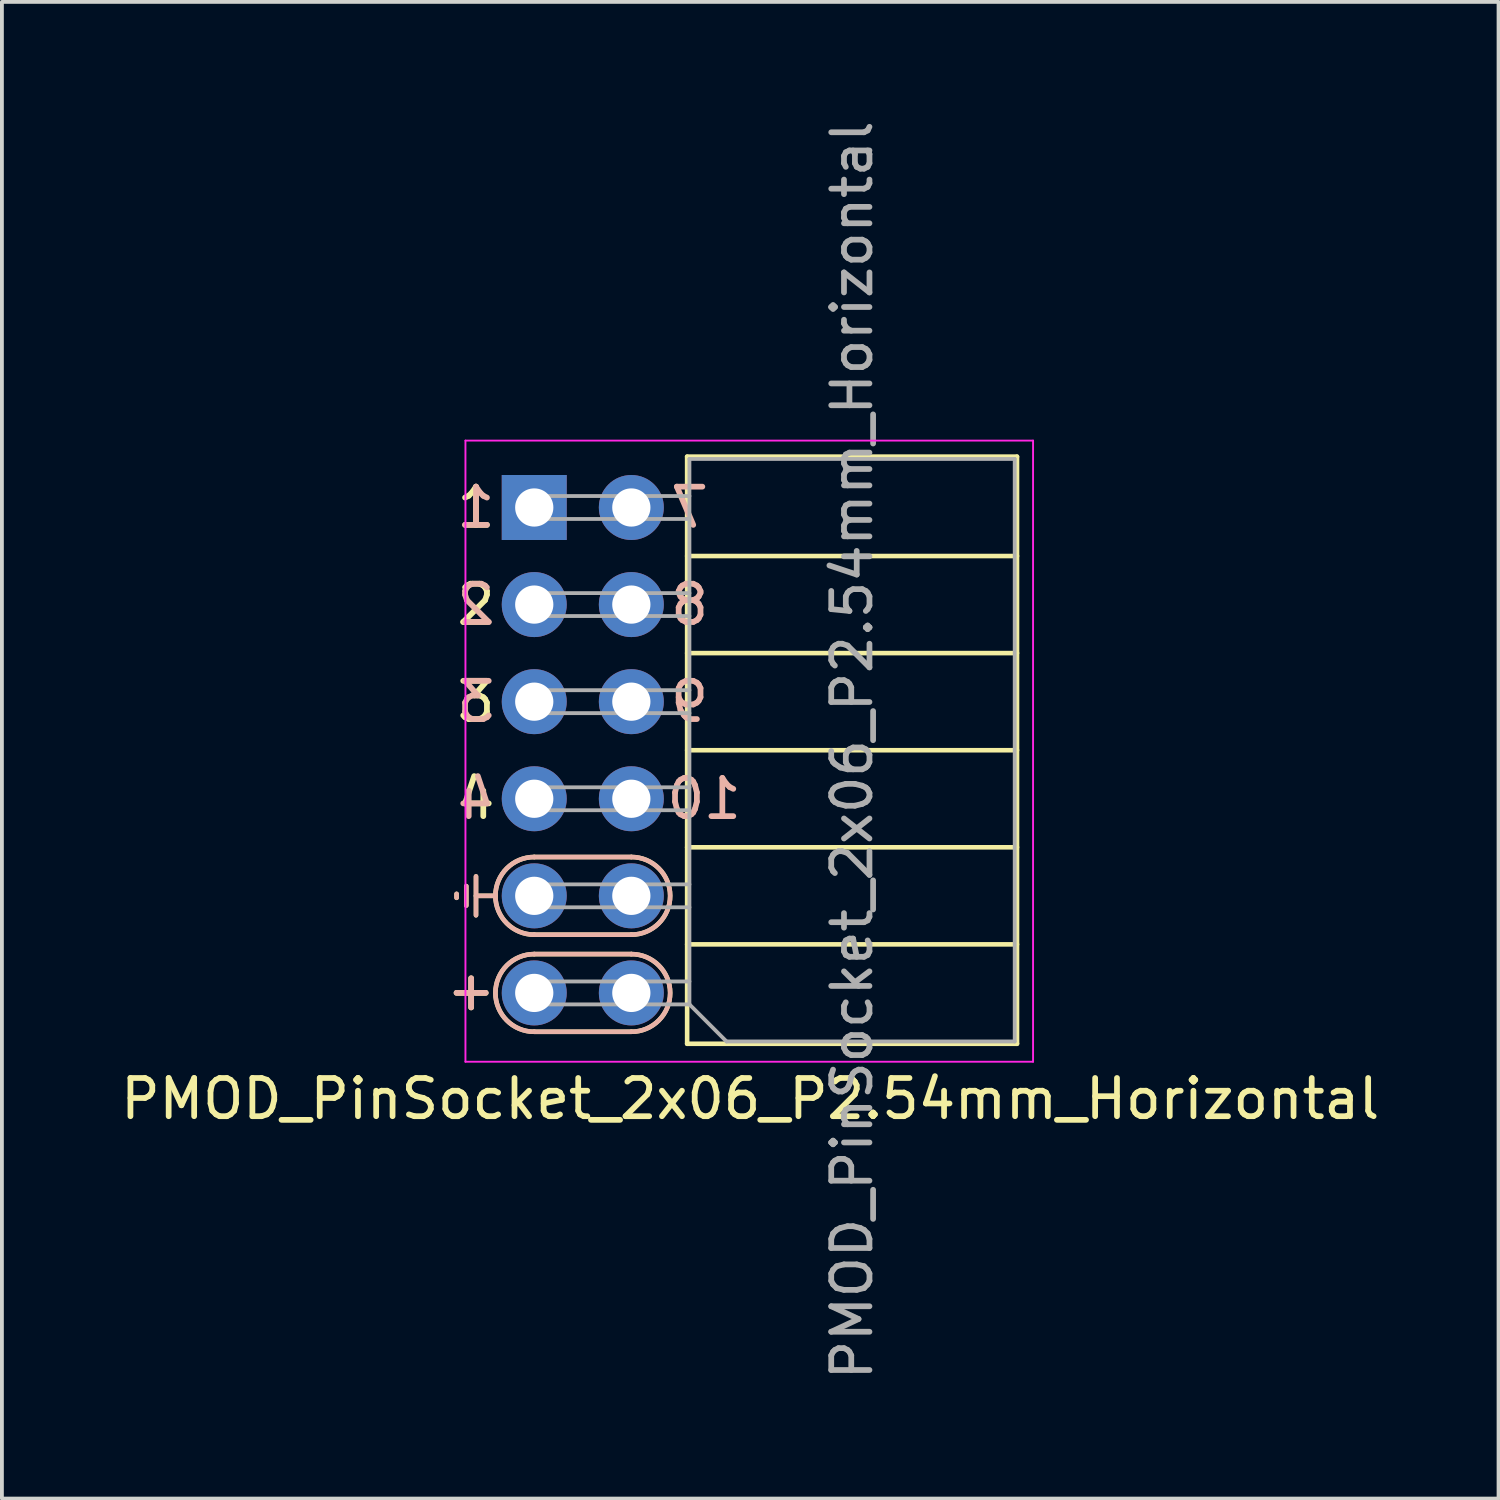
<source format=kicad_pcb>
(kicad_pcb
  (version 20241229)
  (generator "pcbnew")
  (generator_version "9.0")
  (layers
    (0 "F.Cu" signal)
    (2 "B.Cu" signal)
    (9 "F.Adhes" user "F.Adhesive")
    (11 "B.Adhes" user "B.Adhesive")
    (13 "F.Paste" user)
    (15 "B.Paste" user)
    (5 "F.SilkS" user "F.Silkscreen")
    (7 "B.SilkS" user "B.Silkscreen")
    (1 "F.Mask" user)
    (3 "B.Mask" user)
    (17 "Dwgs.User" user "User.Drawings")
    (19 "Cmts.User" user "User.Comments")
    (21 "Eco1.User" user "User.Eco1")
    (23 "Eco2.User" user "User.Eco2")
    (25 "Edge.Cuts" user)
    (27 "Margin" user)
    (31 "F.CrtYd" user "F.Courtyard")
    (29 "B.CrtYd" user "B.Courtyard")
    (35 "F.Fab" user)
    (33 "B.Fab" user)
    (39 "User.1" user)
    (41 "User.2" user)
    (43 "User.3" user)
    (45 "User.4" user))
  (footprint "PMOD_PinSocket_2x06_P2.54mm_Horizontal"
    (layer "F.Cu")
    (at 10.927 10.227)
    (property "Reference" "PMOD_PinSocket_2x06_P2.54mm_Horizontal" (at 5.65 15.47 180) (layer "F.SilkS") (effects (font (size 1 1) (thickness 0.15))))
    (attr through_hole)
    (fp_line (start -2.032 10.211) (end -2.032 10.109) (stroke (width 0.12) (type solid)) (layer "F.SilkS"))
    (fp_line (start -1.778 10.414) (end -1.778 9.906) (stroke (width 0.12) (type solid)) (layer "F.SilkS"))
    (fp_line (start -1.524 10.668) (end -1.524 9.652) (stroke (width 0.12) (type solid)) (layer "F.SilkS"))
    (fp_line (start -1.016 10.16) (end -1.524 10.16) (stroke (width 0.12) (type solid)) (layer "F.SilkS"))
    (fp_line (start 0 9.144) (end 2.54 9.144) (stroke (width 0.12) (type solid)) (layer "F.SilkS"))
    (fp_line (start 0 11.684) (end 2.54 11.684) (stroke (width 0.12) (type solid)) (layer "F.SilkS"))
    (fp_line (start 2.54 11.176) (end 0 11.176) (stroke (width 0.12) (type solid)) (layer "F.SilkS"))
    (fp_line (start 2.54 13.716) (end 0 13.716) (stroke (width 0.12) (type solid)) (layer "F.SilkS"))
    (fp_line (start 4 14.03) (end 4 -1.33) (stroke (width 0.12) (type solid)) (layer "F.SilkS"))
    (fp_line (start 12.63 -1.33) (end 4 -1.33) (stroke (width 0.12) (type solid)) (layer "F.SilkS"))
    (fp_line (start 12.63 1.27) (end 4 1.27) (stroke (width 0.12) (type solid)) (layer "F.SilkS"))
    (fp_line (start 12.63 3.81) (end 4 3.81) (stroke (width 0.12) (type solid)) (layer "F.SilkS"))
    (fp_line (start 12.63 6.35) (end 4 6.35) (stroke (width 0.12) (type solid)) (layer "F.SilkS"))
    (fp_line (start 12.63 8.89) (end 4 8.89) (stroke (width 0.12) (type solid)) (layer "F.SilkS"))
    (fp_line (start 12.63 11.43) (end 4 11.43) (stroke (width 0.12) (type solid)) (layer "F.SilkS"))
    (fp_line (start 12.63 14.03) (end 4 14.03) (stroke (width 0.12) (type solid)) (layer "F.SilkS"))
    (fp_line (start 12.63 14.03) (end 12.63 -1.33) (stroke (width 0.12) (type solid)) (layer "F.SilkS"))
    (fp_arc (start 0 11.176) (mid -1.016 10.16) (end 0 9.144) (stroke (width 0.12) (type solid)) (layer "F.SilkS"))
    (fp_arc (start 0 13.716) (mid -1.016 12.7) (end 0 11.684) (stroke (width 0.12) (type solid)) (layer "F.SilkS"))
    (fp_arc (start 2.54 9.144) (mid 3.556 10.16) (end 2.54 11.176) (stroke (width 0.12) (type solid)) (layer "F.SilkS"))
    (fp_arc (start 2.54 11.684) (mid 3.556 12.7) (end 2.54 13.716) (stroke (width 0.12) (type solid)) (layer "F.SilkS"))
    (fp_line (start -2.032 10.109) (end -2.032 10.211) (stroke (width 0.12) (type solid)) (layer "B.SilkS"))
    (fp_line (start -1.778 9.906) (end -1.778 10.414) (stroke (width 0.12) (type solid)) (layer "B.SilkS"))
    (fp_line (start -1.524 9.652) (end -1.524 10.668) (stroke (width 0.12) (type solid)) (layer "B.SilkS"))
    (fp_line (start -1.016 10.16) (end -1.524 10.16) (stroke (width 0.12) (type solid)) (layer "B.SilkS"))
    (fp_line (start 0 11.176) (end 2.54 11.176) (stroke (width 0.12) (type solid)) (layer "B.SilkS"))
    (fp_line (start 0 13.716) (end 2.54 13.716) (stroke (width 0.12) (type solid)) (layer "B.SilkS"))
    (fp_line (start 2.54 9.144) (end 0 9.144) (stroke (width 0.12) (type solid)) (layer "B.SilkS"))
    (fp_line (start 2.54 11.684) (end 0 11.684) (stroke (width 0.12) (type solid)) (layer "B.SilkS"))
    (fp_arc (start 0 11.176) (mid -1.016 10.16) (end 0 9.144) (stroke (width 0.12) (type solid)) (layer "B.SilkS"))
    (fp_arc (start 0 13.716) (mid -1.016 12.7) (end 0 11.684) (stroke (width 0.12) (type solid)) (layer "B.SilkS"))
    (fp_arc (start 2.54 9.144) (mid 3.556 10.16) (end 2.54 11.176) (stroke (width 0.12) (type solid)) (layer "B.SilkS"))
    (fp_arc (start 2.54 11.684) (mid 3.556 12.7) (end 2.54 13.716) (stroke (width 0.12) (type solid)) (layer "B.SilkS"))
    (fp_line (start -1.8 -1.75) (end -1.8 14.5) (stroke (width 0.05) (type solid)) (layer "F.CrtYd"))
    (fp_line (start -1.8 14.5) (end 13.05 14.5) (stroke (width 0.05) (type solid)) (layer "F.CrtYd"))
    (fp_line (start 13.05 -1.75) (end -1.8 -1.75) (stroke (width 0.05) (type solid)) (layer "F.CrtYd"))
    (fp_line (start 13.05 14.5) (end 13.05 -1.75) (stroke (width 0.05) (type solid)) (layer "F.CrtYd"))
    (fp_line (start 0 -0.3) (end 0 0.3) (stroke (width 0.1) (type solid)) (layer "F.Fab"))
    (fp_line (start 0 0.3) (end 4.06 0.3) (stroke (width 0.1) (type solid)) (layer "F.Fab"))
    (fp_line (start 0 2.24) (end 0 2.84) (stroke (width 0.1) (type solid)) (layer "F.Fab"))
    (fp_line (start 0 2.84) (end 4.06 2.84) (stroke (width 0.1) (type solid)) (layer "F.Fab"))
    (fp_line (start 0 4.78) (end 0 5.38) (stroke (width 0.1) (type solid)) (layer "F.Fab"))
    (fp_line (start 0 5.38) (end 4.06 5.38) (stroke (width 0.1) (type solid)) (layer "F.Fab"))
    (fp_line (start 0 7.32) (end 0 7.92) (stroke (width 0.1) (type solid)) (layer "F.Fab"))
    (fp_line (start 0 7.92) (end 4.06 7.92) (stroke (width 0.1) (type solid)) (layer "F.Fab"))
    (fp_line (start 0 9.86) (end 0 10.46) (stroke (width 0.1) (type solid)) (layer "F.Fab"))
    (fp_line (start 0 10.46) (end 4.06 10.46) (stroke (width 0.1) (type solid)) (layer "F.Fab"))
    (fp_line (start 0 12.4) (end 0 13) (stroke (width 0.1) (type solid)) (layer "F.Fab"))
    (fp_line (start 0 13) (end 4.06 13) (stroke (width 0.1) (type solid)) (layer "F.Fab"))
    (fp_line (start 4.06 -1.27) (end 12.57 -1.27) (stroke (width 0.1) (type solid)) (layer "F.Fab"))
    (fp_line (start 4.06 -0.3) (end 0 -0.3) (stroke (width 0.1) (type solid)) (layer "F.Fab"))
    (fp_line (start 4.06 2.24) (end 0 2.24) (stroke (width 0.1) (type solid)) (layer "F.Fab"))
    (fp_line (start 4.06 4.78) (end 0 4.78) (stroke (width 0.1) (type solid)) (layer "F.Fab"))
    (fp_line (start 4.06 7.32) (end 0 7.32) (stroke (width 0.1) (type solid)) (layer "F.Fab"))
    (fp_line (start 4.06 9.86) (end 0 9.86) (stroke (width 0.1) (type solid)) (layer "F.Fab"))
    (fp_line (start 4.06 12.4) (end 0 12.4) (stroke (width 0.1) (type solid)) (layer "F.Fab"))
    (fp_line (start 4.06 13) (end 4.06 -1.27) (stroke (width 0.1) (type solid)) (layer "F.Fab"))
    (fp_line (start 5.03 13.97) (end 4.06 13) (stroke (width 0.1) (type solid)) (layer "F.Fab"))
    (fp_line (start 12.57 -1.27) (end 12.57 13.97) (stroke (width 0.1) (type solid)) (layer "F.Fab"))
    (fp_line (start 12.57 13.97) (end 5.03 13.97) (stroke (width 0.1) (type solid)) (layer "F.Fab"))
    (fp_text user "4" (at -1.524 7.62 0) (unlocked yes) (layer "F.SilkS") (effects (font (size 1 1) (thickness 0.15))))
    (fp_text user "2" (at -1.524 2.54 0) (unlocked yes) (layer "F.SilkS") (effects (font (size 1 1) (thickness 0.15))))
    (fp_text user "+" (at -1.651 12.624 0) (unlocked yes) (layer "F.SilkS") (effects (font (size 1 1) (thickness 0.15))))
    (fp_text user "3" (at -1.524 5.08 0) (unlocked yes) (layer "F.SilkS") (effects (font (size 1 1) (thickness 0.15))))
    (fp_text user "1" (at -1.524 0 0) (unlocked yes) (layer "F.SilkS") (effects (font (size 1 1) (thickness 0.15))))
    (fp_text user "8" (at 4.064 2.54 0) (unlocked yes) (layer "B.SilkS") (effects (font (size 1 1) (thickness 0.15)) (justify mirror)))
    (fp_text user "3" (at -1.524 5.08 0) (unlocked yes) (layer "B.SilkS") (effects (font (size 1 1) (thickness 0.15)) (justify mirror)))
    (fp_text user "2" (at -1.524 2.54 0) (unlocked yes) (layer "B.SilkS") (effects (font (size 1 1) (thickness 0.15)) (justify mirror)))
    (fp_text user "+" (at -1.651 12.624 0) (unlocked yes) (layer "B.SilkS") (effects (font (size 1 1) (thickness 0.15)) (justify mirror)))
    (fp_text user "10" (at 4.445 7.62 0) (unlocked yes) (layer "B.SilkS") (effects (font (size 1 1) (thickness 0.15)) (justify mirror)))
    (fp_text user "1" (at -1.524 0 0) (unlocked yes) (layer "B.SilkS") (effects (font (size 1 1) (thickness 0.15)) (justify mirror)))
    (fp_text user "9" (at 4.064 5.08 0) (unlocked yes) (layer "B.SilkS") (effects (font (size 1 1) (thickness 0.15)) (justify mirror)))
    (fp_text user "7" (at 4.064 0 0) (unlocked yes) (layer "B.SilkS") (effects (font (size 1 1) (thickness 0.15)) (justify mirror)))
    (fp_text user "4" (at -1.524 7.62 0) (unlocked yes) (layer "B.SilkS") (effects (font (size 1 1) (thickness 0.15)) (justify mirror)))
    (fp_text user "${REFERENCE}" (at 8.315 6.35 270) (layer "F.Fab") (effects (font (size 1 1) (thickness 0.15))))
    (pad "1" thru_hole rect (at 0 0 180) (size 1.7 1.7) (drill 1) (layers "*.Cu" "*.Mask"))
    (pad "2" thru_hole oval (at 0 2.54 180) (size 1.7 1.7) (drill 1) (layers "*.Cu" "*.Mask"))
    (pad "3" thru_hole oval (at 0 5.08 180) (size 1.7 1.7) (drill 1) (layers "*.Cu" "*.Mask"))
    (pad "4" thru_hole oval (at 0 7.62 180) (size 1.7 1.7) (drill 1) (layers "*.Cu" "*.Mask"))
    (pad "5" thru_hole oval (at 0 10.16 180) (size 1.7 1.7) (drill 1) (layers "*.Cu" "*.Mask"))
    (pad "6" thru_hole oval (at 0 12.7 180) (size 1.7 1.7) (drill 1) (layers "*.Cu" "*.Mask"))
    (pad "7" thru_hole oval (at 2.54 0 180) (size 1.7 1.7) (drill 1) (layers "*.Cu" "*.Mask"))
    (pad "8" thru_hole oval (at 2.54 2.54 180) (size 1.7 1.7) (drill 1) (layers "*.Cu" "*.Mask"))
    (pad "9" thru_hole oval (at 2.54 5.08 180) (size 1.7 1.7) (drill 1) (layers "*.Cu" "*.Mask"))
    (pad "10" thru_hole oval (at 2.54 7.62 180) (size 1.7 1.7) (drill 1) (layers "*.Cu" "*.Mask"))
    (pad "11" thru_hole oval (at 2.54 10.16 180) (size 1.7 1.7) (drill 1) (layers "*.Cu" "*.Mask"))
    (pad "12" thru_hole oval (at 2.54 12.7 180) (size 1.7 1.7) (drill 1) (layers "*.Cu" "*.Mask")))
  (gr_rect
    (start -3 -3)
    (end 36.155 36.155)
    (stroke (width 0.1) (type default))
    (fill no)
    (layer "Edge.Cuts")))
</source>
